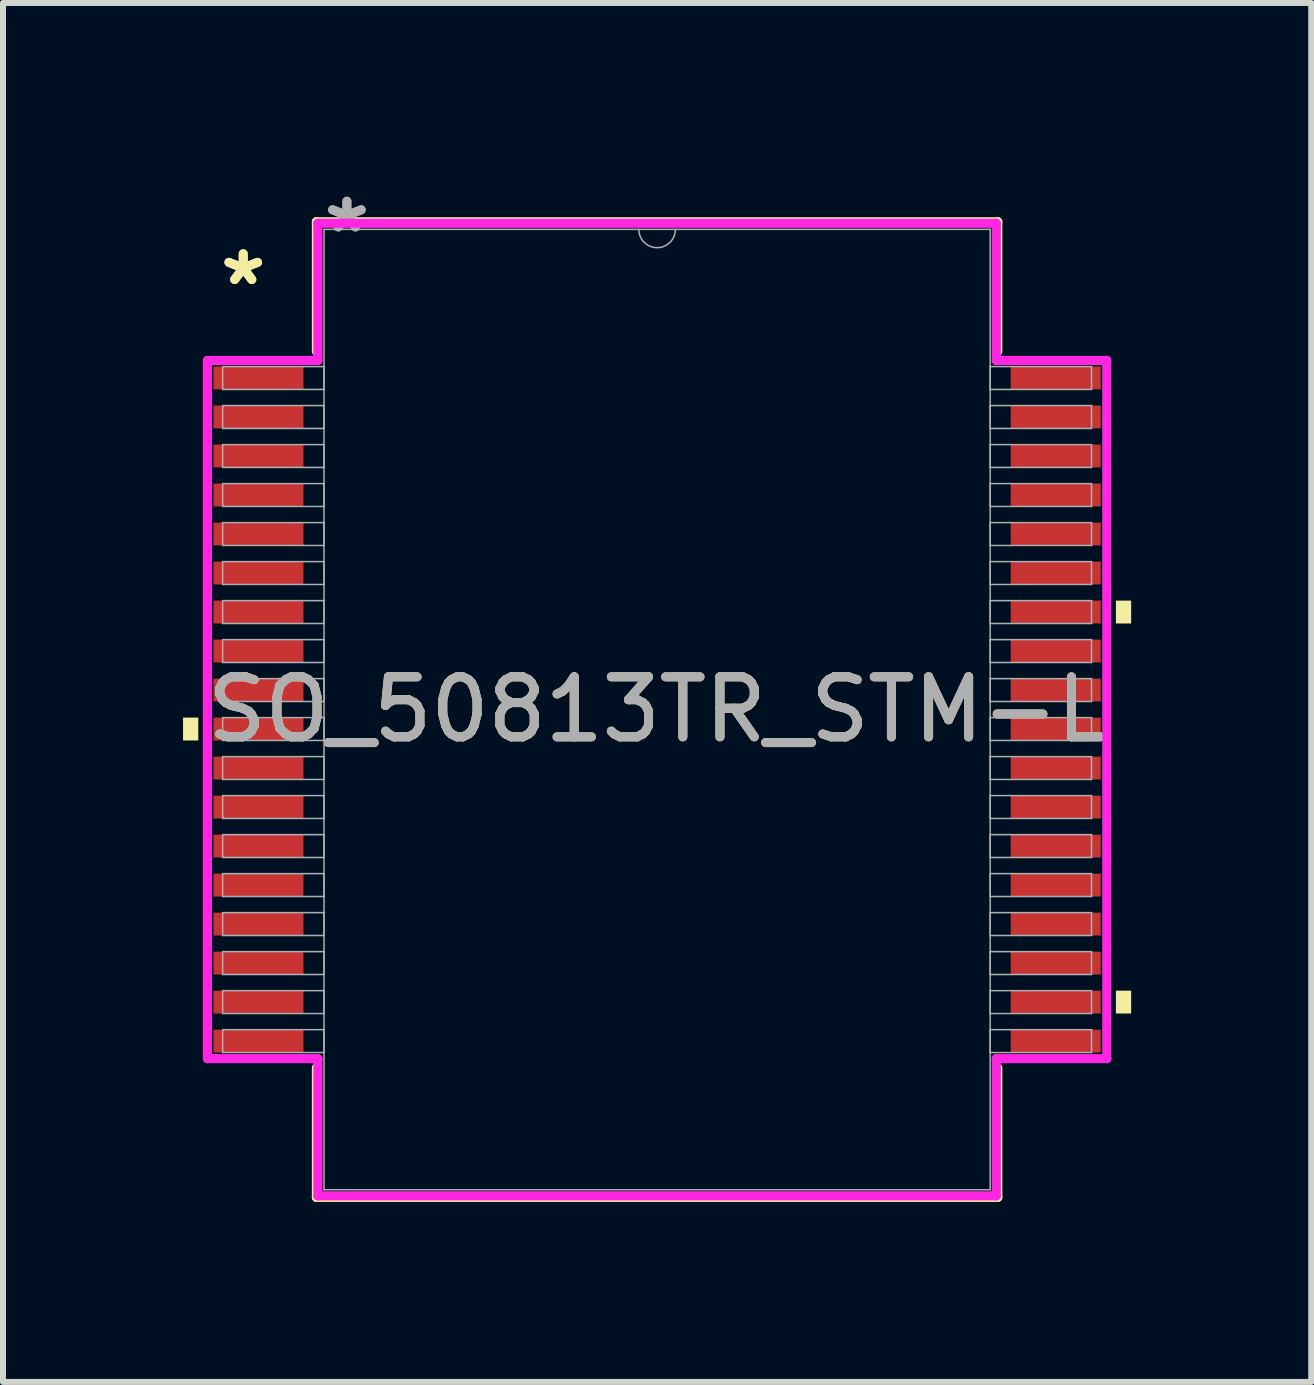
<source format=kicad_pcb>
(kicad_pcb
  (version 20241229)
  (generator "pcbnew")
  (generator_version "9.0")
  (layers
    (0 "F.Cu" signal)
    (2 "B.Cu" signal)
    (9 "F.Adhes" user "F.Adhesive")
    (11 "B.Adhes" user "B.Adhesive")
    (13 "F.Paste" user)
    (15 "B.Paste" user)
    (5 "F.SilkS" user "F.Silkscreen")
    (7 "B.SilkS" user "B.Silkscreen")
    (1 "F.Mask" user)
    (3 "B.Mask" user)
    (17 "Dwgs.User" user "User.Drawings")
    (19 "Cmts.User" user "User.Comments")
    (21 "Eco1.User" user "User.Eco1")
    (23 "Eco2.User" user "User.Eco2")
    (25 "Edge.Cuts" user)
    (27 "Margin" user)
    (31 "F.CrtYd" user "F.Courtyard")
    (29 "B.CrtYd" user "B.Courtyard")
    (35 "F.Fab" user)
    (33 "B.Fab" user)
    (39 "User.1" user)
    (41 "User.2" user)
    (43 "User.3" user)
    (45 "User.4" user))
  (footprint "SO_50813TR_STM-L"
    (layer "F.Cu")
    (at 7.899 8.773)
    (property "Reference" "SO_50813TR_STM-L" (at 0 0 0) (unlocked yes) (layer "F.SilkS") (effects (font (size 1 1) (thickness 0.15))))
    (attr smd)
    (fp_line (start -5.677 -8.128) (end -5.677 -5.969) (stroke (width 0.152) (type solid)) (layer "F.SilkS"))
    (fp_line (start -5.677 5.969) (end -5.677 8.128) (stroke (width 0.152) (type solid)) (layer "F.SilkS"))
    (fp_line (start -5.677 8.128) (end 5.677 8.128) (stroke (width 0.152) (type solid)) (layer "F.SilkS"))
    (fp_line (start 5.677 -8.128) (end -5.677 -8.128) (stroke (width 0.152) (type solid)) (layer "F.SilkS"))
    (fp_line (start 5.677 -5.969) (end 5.677 -8.128) (stroke (width 0.152) (type solid)) (layer "F.SilkS"))
    (fp_line (start 5.677 8.128) (end 5.677 5.969) (stroke (width 0.152) (type solid)) (layer "F.SilkS"))
    (fp_poly (pts (xy -7.899 0.134) (xy -7.899 0.515) (xy -7.645 0.515) (xy -7.645 0.134)) (stroke (width 0) (type solid)) (fill yes) (layer "F.SilkS"))
    (fp_poly (pts (xy 7.899 -1.815) (xy 7.899 -1.434) (xy 7.645 -1.434) (xy 7.645 -1.815)) (stroke (width 0) (type solid)) (fill yes) (layer "F.SilkS"))
    (fp_poly (pts (xy 7.899 4.684) (xy 7.899 5.065) (xy 7.645 5.065) (xy 7.645 4.684)) (stroke (width 0) (type solid)) (fill yes) (layer "F.SilkS"))
    (fp_line (start -7.493 -5.817) (end -5.652 -5.817) (stroke (width 0.152) (type solid)) (layer "F.CrtYd"))
    (fp_line (start -7.493 5.817) (end -7.493 -5.817) (stroke (width 0.152) (type solid)) (layer "F.CrtYd"))
    (fp_line (start -7.493 5.817) (end -5.652 5.817) (stroke (width 0.152) (type solid)) (layer "F.CrtYd"))
    (fp_line (start -5.652 -8.103) (end 5.652 -8.103) (stroke (width 0.152) (type solid)) (layer "F.CrtYd"))
    (fp_line (start -5.652 -5.817) (end -5.652 -8.103) (stroke (width 0.152) (type solid)) (layer "F.CrtYd"))
    (fp_line (start -5.652 8.103) (end -5.652 5.817) (stroke (width 0.152) (type solid)) (layer "F.CrtYd"))
    (fp_line (start 5.652 -8.103) (end 5.652 -5.817) (stroke (width 0.152) (type solid)) (layer "F.CrtYd"))
    (fp_line (start 5.652 5.817) (end 5.652 8.103) (stroke (width 0.152) (type solid)) (layer "F.CrtYd"))
    (fp_line (start 5.652 8.103) (end -5.652 8.103) (stroke (width 0.152) (type solid)) (layer "F.CrtYd"))
    (fp_line (start 7.493 -5.817) (end 5.652 -5.817) (stroke (width 0.152) (type solid)) (layer "F.CrtYd"))
    (fp_line (start 7.493 -5.817) (end 7.493 5.817) (stroke (width 0.152) (type solid)) (layer "F.CrtYd"))
    (fp_line (start 7.493 5.817) (end 5.652 5.817) (stroke (width 0.152) (type solid)) (layer "F.CrtYd"))
    (fp_line (start -7.239 -5.715) (end -7.239 -5.334) (stroke (width 0.025) (type solid)) (layer "F.Fab"))
    (fp_line (start -7.239 -5.334) (end -5.55 -5.334) (stroke (width 0.025) (type solid)) (layer "F.Fab"))
    (fp_line (start -7.239 -5.065) (end -7.239 -4.684) (stroke (width 0.025) (type solid)) (layer "F.Fab"))
    (fp_line (start -7.239 -4.684) (end -5.55 -4.684) (stroke (width 0.025) (type solid)) (layer "F.Fab"))
    (fp_line (start -7.239 -4.415) (end -7.239 -4.034) (stroke (width 0.025) (type solid)) (layer "F.Fab"))
    (fp_line (start -7.239 -4.034) (end -5.55 -4.034) (stroke (width 0.025) (type solid)) (layer "F.Fab"))
    (fp_line (start -7.239 -3.765) (end -7.239 -3.384) (stroke (width 0.025) (type solid)) (layer "F.Fab"))
    (fp_line (start -7.239 -3.384) (end -5.55 -3.384) (stroke (width 0.025) (type solid)) (layer "F.Fab"))
    (fp_line (start -7.239 -3.115) (end -7.239 -2.734) (stroke (width 0.025) (type solid)) (layer "F.Fab"))
    (fp_line (start -7.239 -2.734) (end -5.55 -2.734) (stroke (width 0.025) (type solid)) (layer "F.Fab"))
    (fp_line (start -7.239 -2.465) (end -7.239 -2.084) (stroke (width 0.025) (type solid)) (layer "F.Fab"))
    (fp_line (start -7.239 -2.084) (end -5.55 -2.084) (stroke (width 0.025) (type solid)) (layer "F.Fab"))
    (fp_line (start -7.239 -1.815) (end -7.239 -1.434) (stroke (width 0.025) (type solid)) (layer "F.Fab"))
    (fp_line (start -7.239 -1.434) (end -5.55 -1.434) (stroke (width 0.025) (type solid)) (layer "F.Fab"))
    (fp_line (start -7.239 -1.165) (end -7.239 -0.784) (stroke (width 0.025) (type solid)) (layer "F.Fab"))
    (fp_line (start -7.239 -0.784) (end -5.55 -0.784) (stroke (width 0.025) (type solid)) (layer "F.Fab"))
    (fp_line (start -7.239 -0.515) (end -7.239 -0.134) (stroke (width 0.025) (type solid)) (layer "F.Fab"))
    (fp_line (start -7.239 -0.134) (end -5.55 -0.134) (stroke (width 0.025) (type solid)) (layer "F.Fab"))
    (fp_line (start -7.239 0.134) (end -7.239 0.515) (stroke (width 0.025) (type solid)) (layer "F.Fab"))
    (fp_line (start -7.239 0.515) (end -5.55 0.515) (stroke (width 0.025) (type solid)) (layer "F.Fab"))
    (fp_line (start -7.239 0.784) (end -7.239 1.165) (stroke (width 0.025) (type solid)) (layer "F.Fab"))
    (fp_line (start -7.239 1.165) (end -5.55 1.165) (stroke (width 0.025) (type solid)) (layer "F.Fab"))
    (fp_line (start -7.239 1.434) (end -7.239 1.815) (stroke (width 0.025) (type solid)) (layer "F.Fab"))
    (fp_line (start -7.239 1.815) (end -5.55 1.815) (stroke (width 0.025) (type solid)) (layer "F.Fab"))
    (fp_line (start -7.239 2.084) (end -7.239 2.465) (stroke (width 0.025) (type solid)) (layer "F.Fab"))
    (fp_line (start -7.239 2.465) (end -5.55 2.465) (stroke (width 0.025) (type solid)) (layer "F.Fab"))
    (fp_line (start -7.239 2.734) (end -7.239 3.115) (stroke (width 0.025) (type solid)) (layer "F.Fab"))
    (fp_line (start -7.239 3.115) (end -5.55 3.115) (stroke (width 0.025) (type solid)) (layer "F.Fab"))
    (fp_line (start -7.239 3.384) (end -7.239 3.765) (stroke (width 0.025) (type solid)) (layer "F.Fab"))
    (fp_line (start -7.239 3.765) (end -5.55 3.765) (stroke (width 0.025) (type solid)) (layer "F.Fab"))
    (fp_line (start -7.239 4.034) (end -7.239 4.415) (stroke (width 0.025) (type solid)) (layer "F.Fab"))
    (fp_line (start -7.239 4.415) (end -5.55 4.415) (stroke (width 0.025) (type solid)) (layer "F.Fab"))
    (fp_line (start -7.239 4.684) (end -7.239 5.065) (stroke (width 0.025) (type solid)) (layer "F.Fab"))
    (fp_line (start -7.239 5.065) (end -5.55 5.065) (stroke (width 0.025) (type solid)) (layer "F.Fab"))
    (fp_line (start -7.239 5.334) (end -7.239 5.715) (stroke (width 0.025) (type solid)) (layer "F.Fab"))
    (fp_line (start -7.239 5.715) (end -5.55 5.715) (stroke (width 0.025) (type solid)) (layer "F.Fab"))
    (fp_line (start -5.55 -8.001) (end -5.55 8.001) (stroke (width 0.025) (type solid)) (layer "F.Fab"))
    (fp_line (start -5.55 -5.715) (end -7.239 -5.715) (stroke (width 0.025) (type solid)) (layer "F.Fab"))
    (fp_line (start -5.55 -5.334) (end -5.55 -5.715) (stroke (width 0.025) (type solid)) (layer "F.Fab"))
    (fp_line (start -5.55 -5.065) (end -7.239 -5.065) (stroke (width 0.025) (type solid)) (layer "F.Fab"))
    (fp_line (start -5.55 -4.684) (end -5.55 -5.065) (stroke (width 0.025) (type solid)) (layer "F.Fab"))
    (fp_line (start -5.55 -4.415) (end -7.239 -4.415) (stroke (width 0.025) (type solid)) (layer "F.Fab"))
    (fp_line (start -5.55 -4.034) (end -5.55 -4.415) (stroke (width 0.025) (type solid)) (layer "F.Fab"))
    (fp_line (start -5.55 -3.765) (end -7.239 -3.765) (stroke (width 0.025) (type solid)) (layer "F.Fab"))
    (fp_line (start -5.55 -3.384) (end -5.55 -3.765) (stroke (width 0.025) (type solid)) (layer "F.Fab"))
    (fp_line (start -5.55 -3.115) (end -7.239 -3.115) (stroke (width 0.025) (type solid)) (layer "F.Fab"))
    (fp_line (start -5.55 -2.734) (end -5.55 -3.115) (stroke (width 0.025) (type solid)) (layer "F.Fab"))
    (fp_line (start -5.55 -2.465) (end -7.239 -2.465) (stroke (width 0.025) (type solid)) (layer "F.Fab"))
    (fp_line (start -5.55 -2.084) (end -5.55 -2.465) (stroke (width 0.025) (type solid)) (layer "F.Fab"))
    (fp_line (start -5.55 -1.815) (end -7.239 -1.815) (stroke (width 0.025) (type solid)) (layer "F.Fab"))
    (fp_line (start -5.55 -1.434) (end -5.55 -1.815) (stroke (width 0.025) (type solid)) (layer "F.Fab"))
    (fp_line (start -5.55 -1.165) (end -7.239 -1.165) (stroke (width 0.025) (type solid)) (layer "F.Fab"))
    (fp_line (start -5.55 -0.784) (end -5.55 -1.165) (stroke (width 0.025) (type solid)) (layer "F.Fab"))
    (fp_line (start -5.55 -0.515) (end -7.239 -0.515) (stroke (width 0.025) (type solid)) (layer "F.Fab"))
    (fp_line (start -5.55 -0.134) (end -5.55 -0.515) (stroke (width 0.025) (type solid)) (layer "F.Fab"))
    (fp_line (start -5.55 0.134) (end -7.239 0.134) (stroke (width 0.025) (type solid)) (layer "F.Fab"))
    (fp_line (start -5.55 0.515) (end -5.55 0.134) (stroke (width 0.025) (type solid)) (layer "F.Fab"))
    (fp_line (start -5.55 0.784) (end -7.239 0.784) (stroke (width 0.025) (type solid)) (layer "F.Fab"))
    (fp_line (start -5.55 1.165) (end -5.55 0.784) (stroke (width 0.025) (type solid)) (layer "F.Fab"))
    (fp_line (start -5.55 1.434) (end -7.239 1.434) (stroke (width 0.025) (type solid)) (layer "F.Fab"))
    (fp_line (start -5.55 1.815) (end -5.55 1.434) (stroke (width 0.025) (type solid)) (layer "F.Fab"))
    (fp_line (start -5.55 2.084) (end -7.239 2.084) (stroke (width 0.025) (type solid)) (layer "F.Fab"))
    (fp_line (start -5.55 2.465) (end -5.55 2.084) (stroke (width 0.025) (type solid)) (layer "F.Fab"))
    (fp_line (start -5.55 2.734) (end -7.239 2.734) (stroke (width 0.025) (type solid)) (layer "F.Fab"))
    (fp_line (start -5.55 3.115) (end -5.55 2.734) (stroke (width 0.025) (type solid)) (layer "F.Fab"))
    (fp_line (start -5.55 3.384) (end -7.239 3.384) (stroke (width 0.025) (type solid)) (layer "F.Fab"))
    (fp_line (start -5.55 3.765) (end -5.55 3.384) (stroke (width 0.025) (type solid)) (layer "F.Fab"))
    (fp_line (start -5.55 4.034) (end -7.239 4.034) (stroke (width 0.025) (type solid)) (layer "F.Fab"))
    (fp_line (start -5.55 4.415) (end -5.55 4.034) (stroke (width 0.025) (type solid)) (layer "F.Fab"))
    (fp_line (start -5.55 4.684) (end -7.239 4.684) (stroke (width 0.025) (type solid)) (layer "F.Fab"))
    (fp_line (start -5.55 5.065) (end -5.55 4.684) (stroke (width 0.025) (type solid)) (layer "F.Fab"))
    (fp_line (start -5.55 5.334) (end -7.239 5.334) (stroke (width 0.025) (type solid)) (layer "F.Fab"))
    (fp_line (start -5.55 5.715) (end -5.55 5.334) (stroke (width 0.025) (type solid)) (layer "F.Fab"))
    (fp_line (start -5.55 8.001) (end 5.55 8.001) (stroke (width 0.025) (type solid)) (layer "F.Fab"))
    (fp_line (start 5.55 -8.001) (end -5.55 -8.001) (stroke (width 0.025) (type solid)) (layer "F.Fab"))
    (fp_line (start 5.55 -5.715) (end 5.55 -5.334) (stroke (width 0.025) (type solid)) (layer "F.Fab"))
    (fp_line (start 5.55 -5.334) (end 7.239 -5.334) (stroke (width 0.025) (type solid)) (layer "F.Fab"))
    (fp_line (start 5.55 -5.065) (end 5.55 -4.684) (stroke (width 0.025) (type solid)) (layer "F.Fab"))
    (fp_line (start 5.55 -4.684) (end 7.239 -4.684) (stroke (width 0.025) (type solid)) (layer "F.Fab"))
    (fp_line (start 5.55 -4.415) (end 5.55 -4.034) (stroke (width 0.025) (type solid)) (layer "F.Fab"))
    (fp_line (start 5.55 -4.034) (end 7.239 -4.034) (stroke (width 0.025) (type solid)) (layer "F.Fab"))
    (fp_line (start 5.55 -3.765) (end 5.55 -3.384) (stroke (width 0.025) (type solid)) (layer "F.Fab"))
    (fp_line (start 5.55 -3.384) (end 7.239 -3.384) (stroke (width 0.025) (type solid)) (layer "F.Fab"))
    (fp_line (start 5.55 -3.115) (end 5.55 -2.734) (stroke (width 0.025) (type solid)) (layer "F.Fab"))
    (fp_line (start 5.55 -2.734) (end 7.239 -2.734) (stroke (width 0.025) (type solid)) (layer "F.Fab"))
    (fp_line (start 5.55 -2.465) (end 5.55 -2.084) (stroke (width 0.025) (type solid)) (layer "F.Fab"))
    (fp_line (start 5.55 -2.084) (end 7.239 -2.084) (stroke (width 0.025) (type solid)) (layer "F.Fab"))
    (fp_line (start 5.55 -1.815) (end 5.55 -1.434) (stroke (width 0.025) (type solid)) (layer "F.Fab"))
    (fp_line (start 5.55 -1.434) (end 7.239 -1.434) (stroke (width 0.025) (type solid)) (layer "F.Fab"))
    (fp_line (start 5.55 -1.165) (end 5.55 -0.784) (stroke (width 0.025) (type solid)) (layer "F.Fab"))
    (fp_line (start 5.55 -0.784) (end 7.239 -0.784) (stroke (width 0.025) (type solid)) (layer "F.Fab"))
    (fp_line (start 5.55 -0.515) (end 5.55 -0.134) (stroke (width 0.025) (type solid)) (layer "F.Fab"))
    (fp_line (start 5.55 -0.134) (end 7.239 -0.134) (stroke (width 0.025) (type solid)) (layer "F.Fab"))
    (fp_line (start 5.55 0.134) (end 5.55 0.515) (stroke (width 0.025) (type solid)) (layer "F.Fab"))
    (fp_line (start 5.55 0.515) (end 7.239 0.515) (stroke (width 0.025) (type solid)) (layer "F.Fab"))
    (fp_line (start 5.55 0.784) (end 5.55 1.165) (stroke (width 0.025) (type solid)) (layer "F.Fab"))
    (fp_line (start 5.55 1.165) (end 7.239 1.165) (stroke (width 0.025) (type solid)) (layer "F.Fab"))
    (fp_line (start 5.55 1.434) (end 5.55 1.815) (stroke (width 0.025) (type solid)) (layer "F.Fab"))
    (fp_line (start 5.55 1.815) (end 7.239 1.815) (stroke (width 0.025) (type solid)) (layer "F.Fab"))
    (fp_line (start 5.55 2.084) (end 5.55 2.465) (stroke (width 0.025) (type solid)) (layer "F.Fab"))
    (fp_line (start 5.55 2.465) (end 7.239 2.465) (stroke (width 0.025) (type solid)) (layer "F.Fab"))
    (fp_line (start 5.55 2.734) (end 5.55 3.115) (stroke (width 0.025) (type solid)) (layer "F.Fab"))
    (fp_line (start 5.55 3.115) (end 7.239 3.115) (stroke (width 0.025) (type solid)) (layer "F.Fab"))
    (fp_line (start 5.55 3.384) (end 5.55 3.765) (stroke (width 0.025) (type solid)) (layer "F.Fab"))
    (fp_line (start 5.55 3.765) (end 7.239 3.765) (stroke (width 0.025) (type solid)) (layer "F.Fab"))
    (fp_line (start 5.55 4.034) (end 5.55 4.415) (stroke (width 0.025) (type solid)) (layer "F.Fab"))
    (fp_line (start 5.55 4.415) (end 7.239 4.415) (stroke (width 0.025) (type solid)) (layer "F.Fab"))
    (fp_line (start 5.55 4.684) (end 5.55 5.065) (stroke (width 0.025) (type solid)) (layer "F.Fab"))
    (fp_line (start 5.55 5.065) (end 7.239 5.065) (stroke (width 0.025) (type solid)) (layer "F.Fab"))
    (fp_line (start 5.55 5.334) (end 5.55 5.715) (stroke (width 0.025) (type solid)) (layer "F.Fab"))
    (fp_line (start 5.55 5.715) (end 7.239 5.715) (stroke (width 0.025) (type solid)) (layer "F.Fab"))
    (fp_line (start 5.55 8.001) (end 5.55 -8.001) (stroke (width 0.025) (type solid)) (layer "F.Fab"))
    (fp_line (start 7.239 -5.715) (end 5.55 -5.715) (stroke (width 0.025) (type solid)) (layer "F.Fab"))
    (fp_line (start 7.239 -5.334) (end 7.239 -5.715) (stroke (width 0.025) (type solid)) (layer "F.Fab"))
    (fp_line (start 7.239 -5.065) (end 5.55 -5.065) (stroke (width 0.025) (type solid)) (layer "F.Fab"))
    (fp_line (start 7.239 -4.684) (end 7.239 -5.065) (stroke (width 0.025) (type solid)) (layer "F.Fab"))
    (fp_line (start 7.239 -4.415) (end 5.55 -4.415) (stroke (width 0.025) (type solid)) (layer "F.Fab"))
    (fp_line (start 7.239 -4.034) (end 7.239 -4.415) (stroke (width 0.025) (type solid)) (layer "F.Fab"))
    (fp_line (start 7.239 -3.765) (end 5.55 -3.765) (stroke (width 0.025) (type solid)) (layer "F.Fab"))
    (fp_line (start 7.239 -3.384) (end 7.239 -3.765) (stroke (width 0.025) (type solid)) (layer "F.Fab"))
    (fp_line (start 7.239 -3.115) (end 5.55 -3.115) (stroke (width 0.025) (type solid)) (layer "F.Fab"))
    (fp_line (start 7.239 -2.734) (end 7.239 -3.115) (stroke (width 0.025) (type solid)) (layer "F.Fab"))
    (fp_line (start 7.239 -2.465) (end 5.55 -2.465) (stroke (width 0.025) (type solid)) (layer "F.Fab"))
    (fp_line (start 7.239 -2.084) (end 7.239 -2.465) (stroke (width 0.025) (type solid)) (layer "F.Fab"))
    (fp_line (start 7.239 -1.815) (end 5.55 -1.815) (stroke (width 0.025) (type solid)) (layer "F.Fab"))
    (fp_line (start 7.239 -1.434) (end 7.239 -1.815) (stroke (width 0.025) (type solid)) (layer "F.Fab"))
    (fp_line (start 7.239 -1.165) (end 5.55 -1.165) (stroke (width 0.025) (type solid)) (layer "F.Fab"))
    (fp_line (start 7.239 -0.784) (end 7.239 -1.165) (stroke (width 0.025) (type solid)) (layer "F.Fab"))
    (fp_line (start 7.239 -0.515) (end 5.55 -0.515) (stroke (width 0.025) (type solid)) (layer "F.Fab"))
    (fp_line (start 7.239 -0.134) (end 7.239 -0.515) (stroke (width 0.025) (type solid)) (layer "F.Fab"))
    (fp_line (start 7.239 0.134) (end 5.55 0.134) (stroke (width 0.025) (type solid)) (layer "F.Fab"))
    (fp_line (start 7.239 0.515) (end 7.239 0.134) (stroke (width 0.025) (type solid)) (layer "F.Fab"))
    (fp_line (start 7.239 0.784) (end 5.55 0.784) (stroke (width 0.025) (type solid)) (layer "F.Fab"))
    (fp_line (start 7.239 1.165) (end 7.239 0.784) (stroke (width 0.025) (type solid)) (layer "F.Fab"))
    (fp_line (start 7.239 1.434) (end 5.55 1.434) (stroke (width 0.025) (type solid)) (layer "F.Fab"))
    (fp_line (start 7.239 1.815) (end 7.239 1.434) (stroke (width 0.025) (type solid)) (layer "F.Fab"))
    (fp_line (start 7.239 2.084) (end 5.55 2.084) (stroke (width 0.025) (type solid)) (layer "F.Fab"))
    (fp_line (start 7.239 2.465) (end 7.239 2.084) (stroke (width 0.025) (type solid)) (layer "F.Fab"))
    (fp_line (start 7.239 2.734) (end 5.55 2.734) (stroke (width 0.025) (type solid)) (layer "F.Fab"))
    (fp_line (start 7.239 3.115) (end 7.239 2.734) (stroke (width 0.025) (type solid)) (layer "F.Fab"))
    (fp_line (start 7.239 3.384) (end 5.55 3.384) (stroke (width 0.025) (type solid)) (layer "F.Fab"))
    (fp_line (start 7.239 3.765) (end 7.239 3.384) (stroke (width 0.025) (type solid)) (layer "F.Fab"))
    (fp_line (start 7.239 4.034) (end 5.55 4.034) (stroke (width 0.025) (type solid)) (layer "F.Fab"))
    (fp_line (start 7.239 4.415) (end 7.239 4.034) (stroke (width 0.025) (type solid)) (layer "F.Fab"))
    (fp_line (start 7.239 4.684) (end 5.55 4.684) (stroke (width 0.025) (type solid)) (layer "F.Fab"))
    (fp_line (start 7.239 5.065) (end 7.239 4.684) (stroke (width 0.025) (type solid)) (layer "F.Fab"))
    (fp_line (start 7.239 5.334) (end 5.55 5.334) (stroke (width 0.025) (type solid)) (layer "F.Fab"))
    (fp_line (start 7.239 5.715) (end 7.239 5.334) (stroke (width 0.025) (type solid)) (layer "F.Fab"))
    (fp_arc (start 0.3048 -8.001) (mid 0 -7.6962) (end -0.3048 -8.001) (stroke (width 0.0254) (type solid)) (layer "F.Fab"))
    (fp_text user "*" (at -6.896 -7.049 0) (layer "F.SilkS") (effects (font (size 1 1) (thickness 0.15))))
    (fp_text user "*" (at -6.896 -7.049 0) (unlocked yes) (layer "F.SilkS") (effects (font (size 1 1) (thickness 0.15))))
    (fp_text user "${REFERENCE}" (at 0 0 0) (unlocked yes) (layer "F.Fab") (effects (font (size 1 1) (thickness 0.15))))
    (fp_text user "*" (at -5.169 -7.925 0) (unlocked yes) (layer "F.Fab") (effects (font (size 1 1) (thickness 0.15))))
    (fp_text user "*" (at -5.169 -7.925 0) (layer "F.Fab") (effects (font (size 1 1) (thickness 0.15))))
    (pad "1" smd rect (at -6.642 -5.525) (size 1.499 0.381) (layers "F.Cu" "F.Mask" "F.Paste"))
    (pad "2" smd rect (at -6.642 -4.875) (size 1.499 0.381) (layers "F.Cu" "F.Mask" "F.Paste"))
    (pad "3" smd rect (at -6.642 -4.225) (size 1.499 0.381) (layers "F.Cu" "F.Mask" "F.Paste"))
    (pad "4" smd rect (at -6.642 -3.575) (size 1.499 0.381) (layers "F.Cu" "F.Mask" "F.Paste"))
    (pad "5" smd rect (at -6.642 -2.925) (size 1.499 0.381) (layers "F.Cu" "F.Mask" "F.Paste"))
    (pad "6" smd rect (at -6.642 -2.275) (size 1.499 0.381) (layers "F.Cu" "F.Mask" "F.Paste"))
    (pad "7" smd rect (at -6.642 -1.625) (size 1.499 0.381) (layers "F.Cu" "F.Mask" "F.Paste"))
    (pad "8" smd rect (at -6.642 -0.975) (size 1.499 0.381) (layers "F.Cu" "F.Mask" "F.Paste"))
    (pad "9" smd rect (at -6.642 -0.325) (size 1.499 0.381) (layers "F.Cu" "F.Mask" "F.Paste"))
    (pad "10" smd rect (at -6.642 0.325) (size 1.499 0.381) (layers "F.Cu" "F.Mask" "F.Paste"))
    (pad "11" smd rect (at -6.642 0.975) (size 1.499 0.381) (layers "F.Cu" "F.Mask" "F.Paste"))
    (pad "12" smd rect (at -6.642 1.625) (size 1.499 0.381) (layers "F.Cu" "F.Mask" "F.Paste"))
    (pad "13" smd rect (at -6.642 2.275) (size 1.499 0.381) (layers "F.Cu" "F.Mask" "F.Paste"))
    (pad "14" smd rect (at -6.642 2.925) (size 1.499 0.381) (layers "F.Cu" "F.Mask" "F.Paste"))
    (pad "15" smd rect (at -6.642 3.575) (size 1.499 0.381) (layers "F.Cu" "F.Mask" "F.Paste"))
    (pad "16" smd rect (at -6.642 4.225) (size 1.499 0.381) (layers "F.Cu" "F.Mask" "F.Paste"))
    (pad "17" smd rect (at -6.642 4.875) (size 1.499 0.381) (layers "F.Cu" "F.Mask" "F.Paste"))
    (pad "18" smd rect (at -6.642 5.525) (size 1.499 0.381) (layers "F.Cu" "F.Mask" "F.Paste"))
    (pad "19" smd rect (at 6.642 5.525) (size 1.499 0.381) (layers "F.Cu" "F.Mask" "F.Paste"))
    (pad "20" smd rect (at 6.642 4.875) (size 1.499 0.381) (layers "F.Cu" "F.Mask" "F.Paste"))
    (pad "21" smd rect (at 6.642 4.225) (size 1.499 0.381) (layers "F.Cu" "F.Mask" "F.Paste"))
    (pad "22" smd rect (at 6.642 3.575) (size 1.499 0.381) (layers "F.Cu" "F.Mask" "F.Paste"))
    (pad "23" smd rect (at 6.642 2.925) (size 1.499 0.381) (layers "F.Cu" "F.Mask" "F.Paste"))
    (pad "24" smd rect (at 6.642 2.275) (size 1.499 0.381) (layers "F.Cu" "F.Mask" "F.Paste"))
    (pad "25" smd rect (at 6.642 1.625) (size 1.499 0.381) (layers "F.Cu" "F.Mask" "F.Paste"))
    (pad "26" smd rect (at 6.642 0.975) (size 1.499 0.381) (layers "F.Cu" "F.Mask" "F.Paste"))
    (pad "27" smd rect (at 6.642 0.325) (size 1.499 0.381) (layers "F.Cu" "F.Mask" "F.Paste"))
    (pad "28" smd rect (at 6.642 -0.325) (size 1.499 0.381) (layers "F.Cu" "F.Mask" "F.Paste"))
    (pad "29" smd rect (at 6.642 -0.975) (size 1.499 0.381) (layers "F.Cu" "F.Mask" "F.Paste"))
    (pad "30" smd rect (at 6.642 -1.625) (size 1.499 0.381) (layers "F.Cu" "F.Mask" "F.Paste"))
    (pad "31" smd rect (at 6.642 -2.275) (size 1.499 0.381) (layers "F.Cu" "F.Mask" "F.Paste"))
    (pad "32" smd rect (at 6.642 -2.925) (size 1.499 0.381) (layers "F.Cu" "F.Mask" "F.Paste"))
    (pad "33" smd rect (at 6.642 -3.575) (size 1.499 0.381) (layers "F.Cu" "F.Mask" "F.Paste"))
    (pad "34" smd rect (at 6.642 -4.225) (size 1.499 0.381) (layers "F.Cu" "F.Mask" "F.Paste"))
    (pad "35" smd rect (at 6.642 -4.875) (size 1.499 0.381) (layers "F.Cu" "F.Mask" "F.Paste"))
    (pad "36" smd rect (at 6.642 -5.525) (size 1.499 0.381) (layers "F.Cu" "F.Mask" "F.Paste")))
  (gr_rect
    (start -3 -3)
    (end 18.799 19.977)
    (stroke (width 0.1) (type default))
    (fill no)
    (layer "Edge.Cuts")))
</source>
